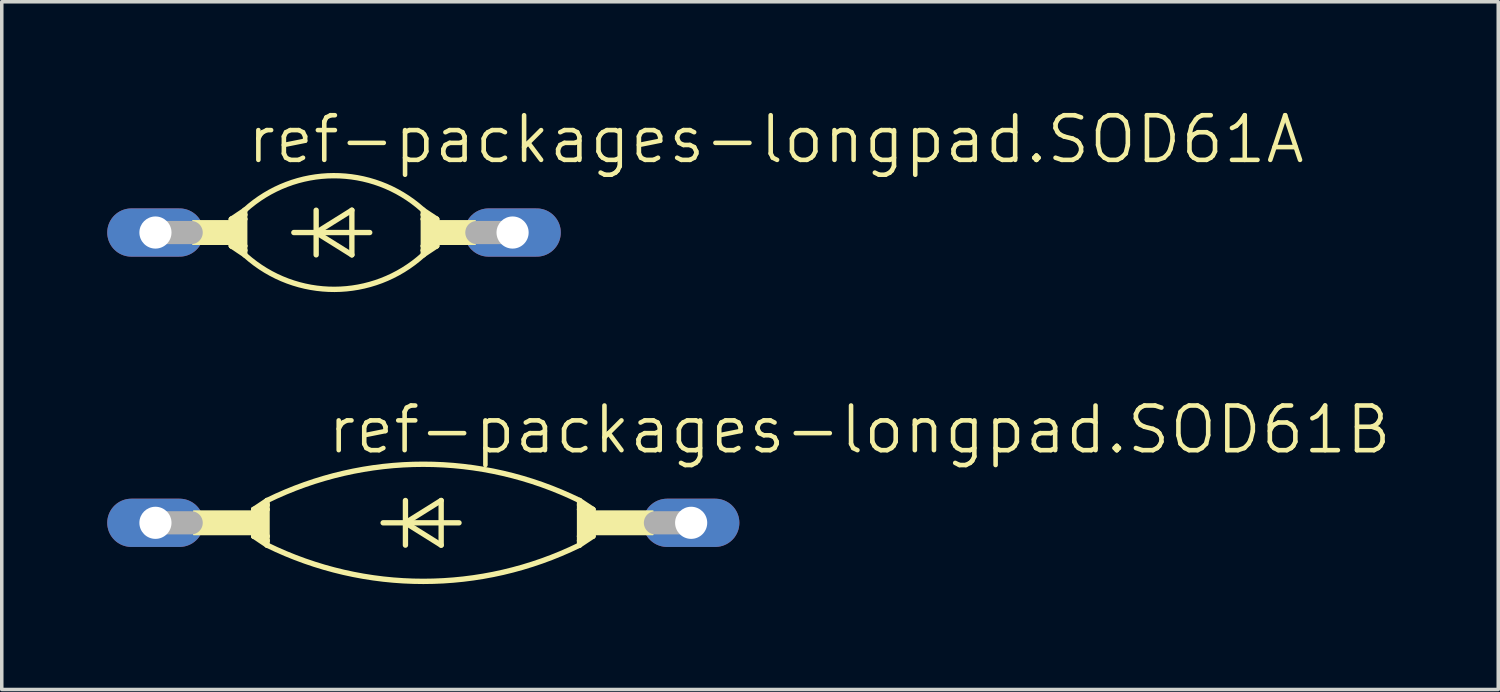
<source format=kicad_pcb>
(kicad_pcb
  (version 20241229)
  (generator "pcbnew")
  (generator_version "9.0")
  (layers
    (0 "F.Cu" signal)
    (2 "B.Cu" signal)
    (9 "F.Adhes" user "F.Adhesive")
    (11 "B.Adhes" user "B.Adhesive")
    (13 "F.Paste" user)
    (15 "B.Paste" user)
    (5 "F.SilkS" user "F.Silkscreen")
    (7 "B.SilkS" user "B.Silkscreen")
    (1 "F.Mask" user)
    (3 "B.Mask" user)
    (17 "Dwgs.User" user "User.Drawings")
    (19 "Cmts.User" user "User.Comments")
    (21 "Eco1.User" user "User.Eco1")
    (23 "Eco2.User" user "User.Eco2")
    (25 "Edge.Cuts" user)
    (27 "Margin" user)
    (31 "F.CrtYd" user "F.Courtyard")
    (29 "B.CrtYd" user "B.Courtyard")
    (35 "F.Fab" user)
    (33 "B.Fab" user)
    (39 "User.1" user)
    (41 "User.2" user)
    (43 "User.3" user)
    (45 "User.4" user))
  (footprint "ref-packages-longpad.SOD61A"
    (layer "F.Cu")
    (at 6.452 3.565)
    (property "Reference" "ref-packages-longpad.SOD61A" (at -2.54 -1.905 0) (layer "F.SilkS") (effects (font (size 1.27 1.27) (thickness 0.13)) (justify left bottom)))
    (attr through_hole)
    (fp_line (start -2.921 -0.381) (end -2.921 0.381) (stroke (width 0.152) (type default)) (layer "F.SilkS"))
    (fp_line (start -2.921 -0.381) (end -2.794 -0.381) (stroke (width 0.152) (type default)) (layer "F.SilkS"))
    (fp_line (start -2.921 0.381) (end -2.794 0.381) (stroke (width 0.152) (type default)) (layer "F.SilkS"))
    (fp_line (start -2.921 0.381) (end -2.54 0.635) (stroke (width 0.152) (type default)) (layer "F.SilkS"))
    (fp_line (start -2.794 -0.381) (end -2.54 -0.381) (stroke (width 0.152) (type default)) (layer "F.SilkS"))
    (fp_line (start -2.794 0.381) (end -2.54 0.381) (stroke (width 0.152) (type default)) (layer "F.SilkS"))
    (fp_line (start -2.54 -0.635) (end -2.921 -0.381) (stroke (width 0.152) (type default)) (layer "F.SilkS"))
    (fp_line (start -2.54 -0.635) (end -2.54 -0.508) (stroke (width 0.152) (type default)) (layer "F.SilkS"))
    (fp_line (start -2.54 -0.508) (end -2.794 -0.381) (stroke (width 0.152) (type default)) (layer "F.SilkS"))
    (fp_line (start -2.54 -0.508) (end -2.54 -0.381) (stroke (width 0.152) (type default)) (layer "F.SilkS"))
    (fp_line (start -2.54 -0.381) (end -2.54 0.381) (stroke (width 0.152) (type default)) (layer "F.SilkS"))
    (fp_line (start -2.54 0.381) (end -2.54 0.508) (stroke (width 0.152) (type default)) (layer "F.SilkS"))
    (fp_line (start -2.54 0.508) (end -2.794 0.381) (stroke (width 0.152) (type default)) (layer "F.SilkS"))
    (fp_line (start -2.54 0.508) (end -2.54 0.635) (stroke (width 0.152) (type default)) (layer "F.SilkS"))
    (fp_line (start -1.143 0) (end -0.508 0) (stroke (width 0.152) (type default)) (layer "F.SilkS"))
    (fp_line (start -0.508 -0.635) (end -0.508 0) (stroke (width 0.152) (type default)) (layer "F.SilkS"))
    (fp_line (start -0.508 0) (end -0.508 0.635) (stroke (width 0.152) (type default)) (layer "F.SilkS"))
    (fp_line (start -0.508 0) (end 0.508 -0.635) (stroke (width 0.152) (type default)) (layer "F.SilkS"))
    (fp_line (start -0.508 0) (end 1.016 0) (stroke (width 0.152) (type default)) (layer "F.SilkS"))
    (fp_line (start 0.508 -0.635) (end 0.508 0.635) (stroke (width 0.152) (type default)) (layer "F.SilkS"))
    (fp_line (start 0.508 0.635) (end -0.508 0) (stroke (width 0.152) (type default)) (layer "F.SilkS"))
    (fp_line (start 2.54 -0.635) (end 2.921 -0.381) (stroke (width 0.152) (type default)) (layer "F.SilkS"))
    (fp_line (start 2.54 -0.508) (end 2.54 -0.635) (stroke (width 0.152) (type default)) (layer "F.SilkS"))
    (fp_line (start 2.54 -0.508) (end 2.794 -0.381) (stroke (width 0.152) (type default)) (layer "F.SilkS"))
    (fp_line (start 2.54 -0.381) (end 2.54 -0.508) (stroke (width 0.152) (type default)) (layer "F.SilkS"))
    (fp_line (start 2.54 0.381) (end 2.54 -0.381) (stroke (width 0.152) (type default)) (layer "F.SilkS"))
    (fp_line (start 2.54 0.508) (end 2.54 0.381) (stroke (width 0.152) (type default)) (layer "F.SilkS"))
    (fp_line (start 2.54 0.508) (end 2.794 0.381) (stroke (width 0.152) (type default)) (layer "F.SilkS"))
    (fp_line (start 2.54 0.635) (end 2.54 0.508) (stroke (width 0.152) (type default)) (layer "F.SilkS"))
    (fp_line (start 2.54 0.635) (end 2.921 0.381) (stroke (width 0.152) (type default)) (layer "F.SilkS"))
    (fp_line (start 2.794 -0.381) (end 2.54 -0.381) (stroke (width 0.152) (type default)) (layer "F.SilkS"))
    (fp_line (start 2.794 0.381) (end 2.54 0.381) (stroke (width 0.152) (type default)) (layer "F.SilkS"))
    (fp_line (start 2.921 -0.381) (end 2.794 -0.381) (stroke (width 0.152) (type default)) (layer "F.SilkS"))
    (fp_line (start 2.921 -0.381) (end 2.921 0.381) (stroke (width 0.152) (type default)) (layer "F.SilkS"))
    (fp_line (start 2.921 0.381) (end 2.794 0.381) (stroke (width 0.152) (type default)) (layer "F.SilkS"))
    (fp_rect (start -4.013 0.33) (end -2.921 -0.33) (stroke (width 0.05) (type default)) (fill yes) (layer "F.SilkS"))
    (fp_rect (start -2.921 0.381) (end -2.54 -0.381) (stroke (width 0.05) (type default)) (fill yes) (layer "F.SilkS"))
    (fp_rect (start 2.54 0.381) (end 2.921 -0.381) (stroke (width 0.05) (type default)) (fill yes) (layer "F.SilkS"))
    (fp_rect (start 2.921 0.33) (end 4.013 -0.33) (stroke (width 0.05) (type default)) (fill yes) (layer "F.SilkS"))
    (fp_arc (start -2.54 -0.635) (mid -0.014943 -1.616944) (end 2.5178 -0.655) (stroke (width 0.1524) (type default)) (layer "F.SilkS"))
    (fp_arc (start 2.54 0.635) (mid 0.014943 1.616944) (end -2.5178 0.655) (stroke (width 0.1524) (type default)) (layer "F.SilkS"))
    (fp_line (start -5.08 0) (end -4.064 0) (stroke (width 0.66) (type default)) (layer "F.Fab"))
    (fp_line (start 5.08 0) (end 4.064 0) (stroke (width 0.66) (type default)) (layer "F.Fab"))
    (pad "A" thru_hole oval (at 5.08 0) (size 2.743 1.372) (drill 0.914) (layers "*.Cu" "*.Mask"))
    (pad "C" thru_hole oval (at -5.08 0) (size 2.743 1.372) (drill 0.914) (layers "*.Cu" "*.Mask")))
  (footprint "ref-packages-longpad.SOD61B"
    (layer "F.Cu")
    (at 8.992 11.823)
    (property "Reference" "ref-packages-longpad.SOD61B" (at -2.794 -1.905 0) (layer "F.SilkS") (effects (font (size 1.27 1.27) (thickness 0.13)) (justify left bottom)))
    (attr through_hole)
    (fp_line (start -4.826 -0.381) (end -4.826 0.381) (stroke (width 0.152) (type default)) (layer "F.SilkS"))
    (fp_line (start -4.826 -0.381) (end -4.699 -0.381) (stroke (width 0.152) (type default)) (layer "F.SilkS"))
    (fp_line (start -4.826 0.381) (end -4.699 0.381) (stroke (width 0.152) (type default)) (layer "F.SilkS"))
    (fp_line (start -4.826 0.381) (end -4.445 0.635) (stroke (width 0.152) (type default)) (layer "F.SilkS"))
    (fp_line (start -4.699 -0.381) (end -4.445 -0.381) (stroke (width 0.152) (type default)) (layer "F.SilkS"))
    (fp_line (start -4.699 0.381) (end -4.445 0.381) (stroke (width 0.152) (type default)) (layer "F.SilkS"))
    (fp_line (start -4.445 -0.635) (end -4.826 -0.381) (stroke (width 0.152) (type default)) (layer "F.SilkS"))
    (fp_line (start -4.445 -0.635) (end -4.445 -0.508) (stroke (width 0.152) (type default)) (layer "F.SilkS"))
    (fp_line (start -4.445 -0.508) (end -4.699 -0.381) (stroke (width 0.152) (type default)) (layer "F.SilkS"))
    (fp_line (start -4.445 -0.508) (end -4.445 -0.381) (stroke (width 0.152) (type default)) (layer "F.SilkS"))
    (fp_line (start -4.445 -0.381) (end -4.445 0.381) (stroke (width 0.152) (type default)) (layer "F.SilkS"))
    (fp_line (start -4.445 0.381) (end -4.445 0.508) (stroke (width 0.152) (type default)) (layer "F.SilkS"))
    (fp_line (start -4.445 0.508) (end -4.699 0.381) (stroke (width 0.152) (type default)) (layer "F.SilkS"))
    (fp_line (start -4.445 0.508) (end -4.445 0.635) (stroke (width 0.152) (type default)) (layer "F.SilkS"))
    (fp_line (start -1.143 0) (end -0.508 0) (stroke (width 0.152) (type default)) (layer "F.SilkS"))
    (fp_line (start -0.508 -0.635) (end -0.508 0) (stroke (width 0.152) (type default)) (layer "F.SilkS"))
    (fp_line (start -0.508 0) (end -0.508 0.635) (stroke (width 0.152) (type default)) (layer "F.SilkS"))
    (fp_line (start -0.508 0) (end 0.508 -0.635) (stroke (width 0.152) (type default)) (layer "F.SilkS"))
    (fp_line (start -0.508 0) (end 1.016 0) (stroke (width 0.152) (type default)) (layer "F.SilkS"))
    (fp_line (start 0.508 -0.635) (end 0.508 0.635) (stroke (width 0.152) (type default)) (layer "F.SilkS"))
    (fp_line (start 0.508 0.635) (end -0.508 0) (stroke (width 0.152) (type default)) (layer "F.SilkS"))
    (fp_line (start 4.445 -0.635) (end 4.826 -0.381) (stroke (width 0.152) (type default)) (layer "F.SilkS"))
    (fp_line (start 4.445 -0.508) (end 4.445 -0.635) (stroke (width 0.152) (type default)) (layer "F.SilkS"))
    (fp_line (start 4.445 -0.508) (end 4.699 -0.381) (stroke (width 0.152) (type default)) (layer "F.SilkS"))
    (fp_line (start 4.445 -0.381) (end 4.445 -0.508) (stroke (width 0.152) (type default)) (layer "F.SilkS"))
    (fp_line (start 4.445 0.381) (end 4.445 -0.381) (stroke (width 0.152) (type default)) (layer "F.SilkS"))
    (fp_line (start 4.445 0.508) (end 4.445 0.381) (stroke (width 0.152) (type default)) (layer "F.SilkS"))
    (fp_line (start 4.445 0.508) (end 4.699 0.381) (stroke (width 0.152) (type default)) (layer "F.SilkS"))
    (fp_line (start 4.445 0.635) (end 4.445 0.508) (stroke (width 0.152) (type default)) (layer "F.SilkS"))
    (fp_line (start 4.445 0.635) (end 4.826 0.381) (stroke (width 0.152) (type default)) (layer "F.SilkS"))
    (fp_line (start 4.699 -0.381) (end 4.445 -0.381) (stroke (width 0.152) (type default)) (layer "F.SilkS"))
    (fp_line (start 4.699 0.381) (end 4.445 0.381) (stroke (width 0.152) (type default)) (layer "F.SilkS"))
    (fp_line (start 4.826 -0.381) (end 4.699 -0.381) (stroke (width 0.152) (type default)) (layer "F.SilkS"))
    (fp_line (start 4.826 -0.381) (end 4.826 0.381) (stroke (width 0.152) (type default)) (layer "F.SilkS"))
    (fp_line (start 4.826 0.381) (end 4.699 0.381) (stroke (width 0.152) (type default)) (layer "F.SilkS"))
    (fp_rect (start -6.528 0.33) (end -4.826 -0.33) (stroke (width 0.05) (type default)) (fill yes) (layer "F.SilkS"))
    (fp_rect (start -4.826 0.381) (end -4.445 -0.381) (stroke (width 0.05) (type default)) (fill yes) (layer "F.SilkS"))
    (fp_rect (start 4.445 0.381) (end 4.826 -0.381) (stroke (width 0.05) (type default)) (fill yes) (layer "F.SilkS"))
    (fp_rect (start 4.826 0.33) (end 6.528 -0.33) (stroke (width 0.05) (type default)) (fill yes) (layer "F.SilkS"))
    (fp_arc (start -4.445 -0.635) (mid -0.001166 -1.665851) (end 4.4429 -0.636) (stroke (width 0.1524) (type default)) (layer "F.SilkS"))
    (fp_arc (start 4.445 0.635) (mid 0.001166 1.665851) (end -4.4429 0.636) (stroke (width 0.1524) (type default)) (layer "F.SilkS"))
    (fp_line (start -7.62 0) (end -6.604 0) (stroke (width 0.66) (type default)) (layer "F.Fab"))
    (fp_line (start 7.62 0) (end 6.604 0) (stroke (width 0.66) (type default)) (layer "F.Fab"))
    (pad "A" thru_hole oval (at 7.62 0) (size 2.743 1.372) (drill 0.914) (layers "*.Cu" "*.Mask"))
    (pad "C" thru_hole oval (at -7.62 0) (size 2.743 1.372) (drill 0.914) (layers "*.Cu" "*.Mask")))
  (gr_rect
    (start -3 -3)
    (end 39.572 16.565)
    (stroke (width 0.1) (type default))
    (fill no)
    (layer "Edge.Cuts")))
</source>
